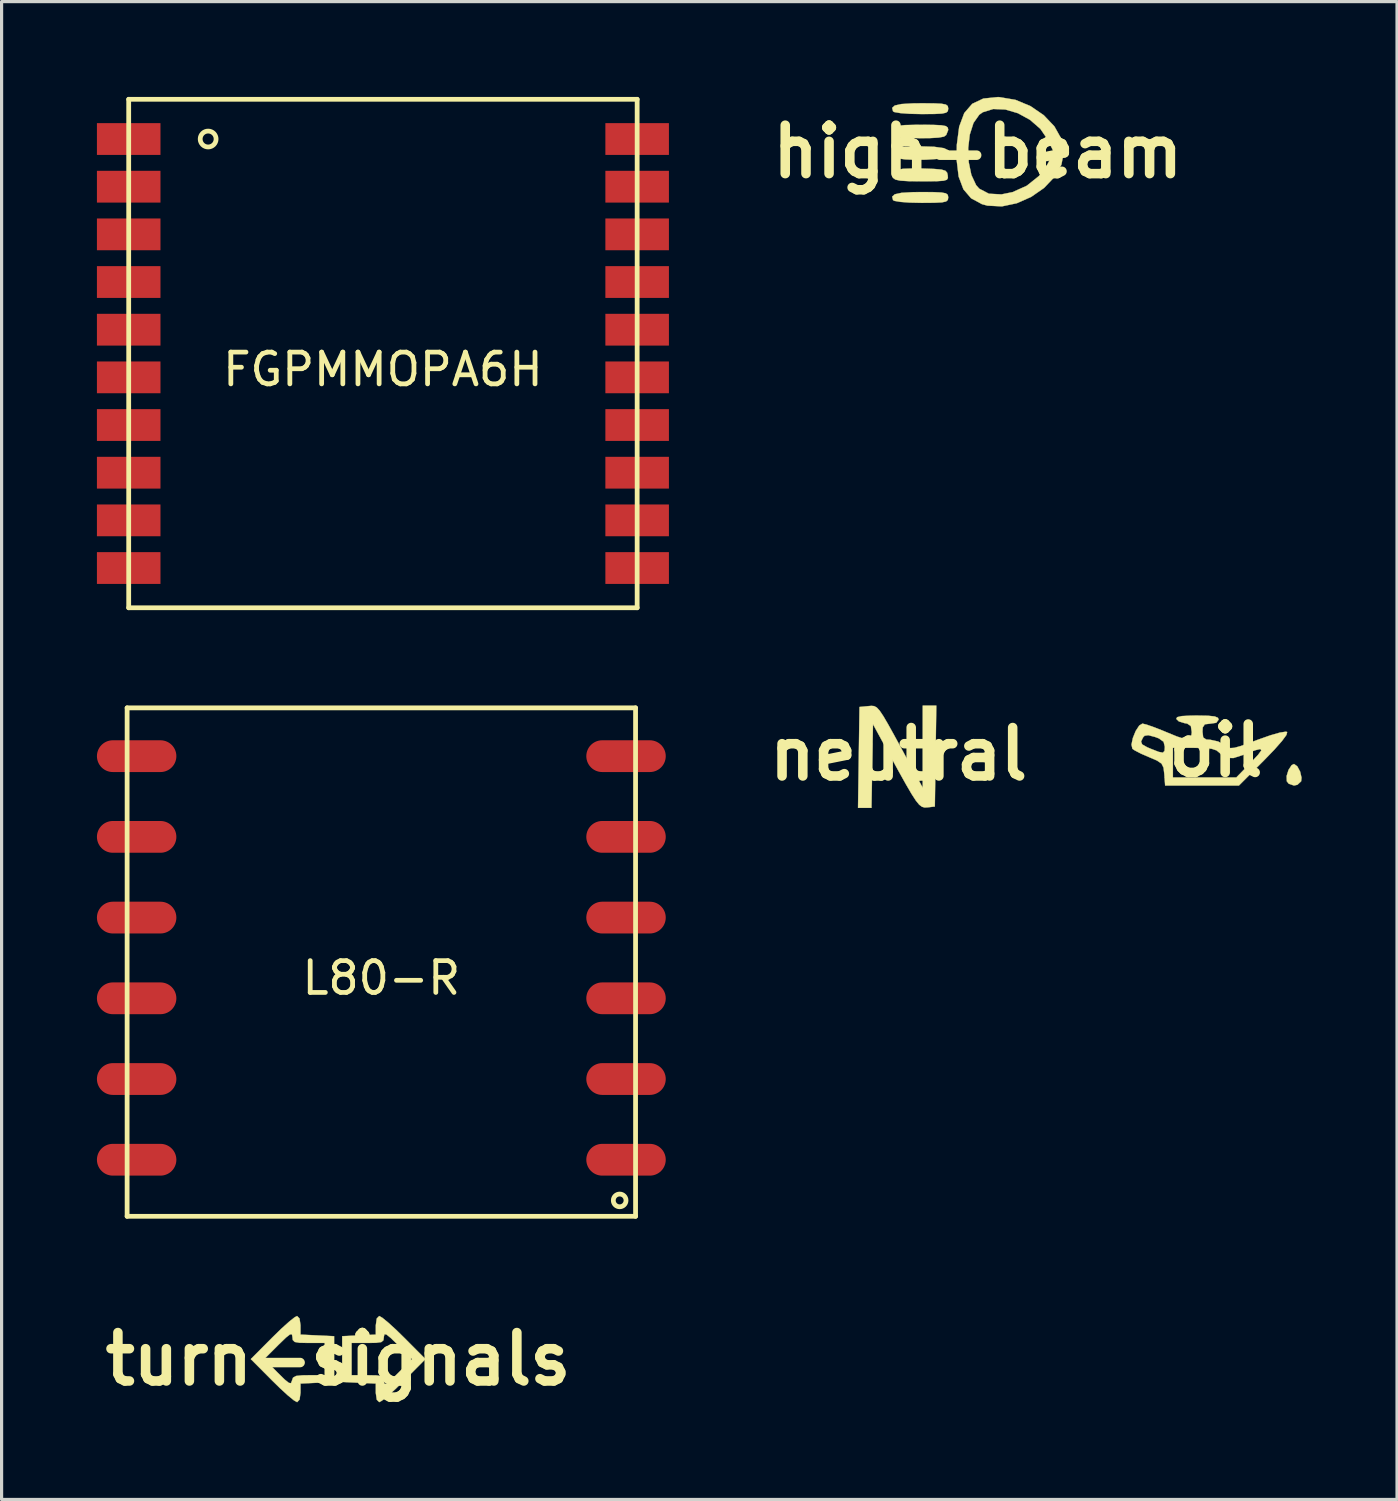
<source format=kicad_pcb>
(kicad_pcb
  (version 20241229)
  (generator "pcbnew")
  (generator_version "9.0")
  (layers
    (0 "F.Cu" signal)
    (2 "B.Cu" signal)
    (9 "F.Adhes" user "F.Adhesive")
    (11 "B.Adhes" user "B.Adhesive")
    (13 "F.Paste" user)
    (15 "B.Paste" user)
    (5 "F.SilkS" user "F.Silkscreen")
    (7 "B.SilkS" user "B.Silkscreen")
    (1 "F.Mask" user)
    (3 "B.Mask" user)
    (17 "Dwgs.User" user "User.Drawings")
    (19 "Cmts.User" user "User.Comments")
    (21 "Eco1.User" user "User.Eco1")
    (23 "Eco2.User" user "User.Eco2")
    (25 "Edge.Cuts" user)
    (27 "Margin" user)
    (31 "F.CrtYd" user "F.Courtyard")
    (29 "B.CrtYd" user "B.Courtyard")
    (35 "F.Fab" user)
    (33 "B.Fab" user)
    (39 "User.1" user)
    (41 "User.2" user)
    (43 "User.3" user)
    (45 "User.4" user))
  (footprint "neutral"
    (layer "F.Cu")
    (at 25.225 20.679)
    (property "Reference" "neutral" (at 0 0 0) (layer "F.SilkS") (effects (font (size 1.524 1.524) (thickness 0.3))))
    (attr through_hole)
    (fp_poly (pts (xy 1.143 1.651) (xy 0.915 1.677) (xy 0.823 1.682) (xy 0.739 1.659) (xy 0.651 1.593) (xy 0.546 1.464) (xy 0.41 1.254) (xy 0.231 0.947) (xy -0.005 0.524) (xy -0.259 0.059) (xy -0.804 -0.94) (xy -0.828 0.377) (xy -0.851 1.693) (xy -1.274 1.693) (xy -1.228 -1.482) (xy -0.958 -1.508) (xy -0.853 -1.517) (xy -0.767 -1.509) (xy -0.685 -1.465) (xy -0.594 -1.366) (xy -0.478 -1.194) (xy -0.324 -0.93) (xy -0.116 -0.555) (xy 0.158 -0.05) (xy 0.162 -0.042) (xy 0.761 1.058) (xy 0.761 -0.233) (xy 0.762 -1.524) (xy 1.189 -1.524) (xy 1.143 1.651)) (stroke (width 0.01) (type solid)) (fill yes) (layer "F.SilkS")))
  (footprint "FGPMMOPA6H"
    (layer "F.Cu")
    (at 9 8.075)
    (property "Reference" "FGPMMOPA6H" (at 0 0.5 0) (layer "F.SilkS") (effects (font (size 1 1) (thickness 0.15))))
    (attr through_hole)
    (fp_line (start -8 -8) (end 8 -8) (stroke (width 0.15) (type solid)) (layer "F.SilkS"))
    (fp_line (start -8 8) (end -8 -8) (stroke (width 0.15) (type solid)) (layer "F.SilkS"))
    (fp_line (start 8 -8) (end 8 8) (stroke (width 0.15) (type solid)) (layer "F.SilkS"))
    (fp_line (start 8 8) (end -8 8) (stroke (width 0.15) (type solid)) (layer "F.SilkS"))
    (fp_circle (center -5.5 -6.75) (end -5.5 -7) (stroke (width 0.15) (type solid)) (fill no) (layer "F.SilkS"))
    (pad "1" smd rect (at -8 -6.75) (size 2 1) (layers "F.Cu" "F.Mask" "F.Paste"))
    (pad "2" smd rect (at -8 -5.25) (size 2 1) (layers "F.Cu" "F.Mask" "F.Paste"))
    (pad "3" smd rect (at -8 -3.75) (size 2 1) (layers "F.Cu" "F.Mask" "F.Paste"))
    (pad "4" smd rect (at -8 -2.25) (size 2 1) (layers "F.Cu" "F.Mask" "F.Paste"))
    (pad "5" smd rect (at -8 -0.75) (size 2 1) (layers "F.Cu" "F.Mask" "F.Paste"))
    (pad "6" smd rect (at -8 0.75) (size 2 1) (layers "F.Cu" "F.Mask" "F.Paste"))
    (pad "7" smd rect (at -8 2.25) (size 2 1) (layers "F.Cu" "F.Mask" "F.Paste"))
    (pad "8" smd rect (at -8 3.75) (size 2 1) (layers "F.Cu" "F.Mask" "F.Paste"))
    (pad "9" smd rect (at -8 5.25) (size 2 1) (layers "F.Cu" "F.Mask" "F.Paste"))
    (pad "10" smd rect (at -8 6.75) (size 2 1) (layers "F.Cu" "F.Mask" "F.Paste"))
    (pad "11" smd rect (at 8 6.75) (size 2 1) (layers "F.Cu" "F.Mask" "F.Paste"))
    (pad "12" smd rect (at 8 5.25) (size 2 1) (layers "F.Cu" "F.Mask" "F.Paste"))
    (pad "13" smd rect (at 8 3.75) (size 2 1) (layers "F.Cu" "F.Mask" "F.Paste"))
    (pad "14" smd rect (at 8 2.25) (size 2 1) (layers "F.Cu" "F.Mask" "F.Paste"))
    (pad "15" smd rect (at 8 0.75) (size 2 1) (layers "F.Cu" "F.Mask" "F.Paste"))
    (pad "16" smd rect (at 8 -0.75) (size 2 1) (layers "F.Cu" "F.Mask" "F.Paste"))
    (pad "17" smd rect (at 8 -2.25) (size 2 1) (layers "F.Cu" "F.Mask" "F.Paste"))
    (pad "18" smd rect (at 8 -3.75) (size 2 1) (layers "F.Cu" "F.Mask" "F.Paste"))
    (pad "19" smd rect (at 8 -5.25) (size 2 1) (layers "F.Cu" "F.Mask" "F.Paste"))
    (pad "20" smd rect (at 8 -6.75) (size 2 1) (layers "F.Cu" "F.Mask" "F.Paste")))
  (footprint "oil"
    (layer "F.Cu")
    (at 35.214 20.568)
    (property "Reference" "oil" (at 0 0 0) (layer "F.SilkS") (effects (font (size 1.524 1.524) (thickness 0.3))))
    (attr through_hole)
    (fp_poly (pts (xy 2.559 0.496) (xy 2.649 0.664) (xy 2.693 0.857) (xy 2.681 0.968) (xy 2.564 1.077) (xy 2.455 1.101) (xy 2.29 1.044) (xy 2.23 0.968) (xy 2.224 0.803) (xy 2.284 0.61) (xy 2.381 0.462) (xy 2.455 0.423) (xy 2.559 0.496)) (stroke (width 0.01) (type solid)) (fill yes) (layer "F.SilkS"))
    (fp_poly (pts (xy -0.25 -1.095) (xy -0.04 -1.073) (xy 0.062 -1.031) (xy 0.085 -0.974) (xy 0.009 -0.873) (xy -0.169 -0.847) (xy -0.349 -0.826) (xy -0.416 -0.727) (xy -0.423 -0.593) (xy -0.402 -0.412) (xy -0.304 -0.346) (xy -0.181 -0.339) (xy 0.067 -0.285) (xy 0.265 -0.179) (xy 0.36 -0.11) (xy 0.453 -0.077) (xy 0.579 -0.085) (xy 0.772 -0.139) (xy 1.067 -0.245) (xy 1.314 -0.338) (xy 1.711 -0.478) (xy 2.014 -0.565) (xy 2.199 -0.593) (xy 2.241 -0.582) (xy 2.218 -0.491) (xy 2.078 -0.301) (xy 1.832 -0.022) (xy 1.523 0.298) (xy 0.723 1.101) (xy -1.599 1.101) (xy -1.625 0.746) (xy -1.649 0.54) (xy -1.712 0.412) (xy -1.853 0.316) (xy -2.095 0.212) (xy -2.357 0.099) (xy -2.557 -0.005) (xy -2.629 -0.055) (xy -2.658 -0.187) (xy -2.638 -0.283) (xy -2.357 -0.283) (xy -2.322 -0.193) (xy -2.164 -0.103) (xy -2.053 -0.056) (xy -1.803 0.042) (xy -1.67 0.067) (xy -1.618 0.011) (xy -1.611 -0.085) (xy -1.355 -0.085) (xy -1.355 0.847) (xy 0.641 0.847) (xy 1.104 0.372) (xy 1.327 0.134) (xy 1.428 -0.004) (xy 1.398 -0.049) (xy 1.23 -0.008) (xy 0.917 0.113) (xy 0.857 0.137) (xy 0.55 0.236) (xy 0.331 0.23) (xy 0.155 0.115) (xy 0.127 0.085) (xy 0.02 -0.004) (xy -0.132 -0.055) (xy -0.372 -0.079) (xy -0.69 -0.085) (xy -1.355 -0.085) (xy -1.611 -0.085) (xy -1.609 -0.12) (xy -1.648 -0.276) (xy -1.794 -0.381) (xy -1.915 -0.427) (xy -2.13 -0.483) (xy -2.246 -0.465) (xy -2.295 -0.412) (xy -2.357 -0.283) (xy -2.638 -0.283) (xy -2.615 -0.394) (xy -2.526 -0.614) (xy -2.414 -0.786) (xy -2.314 -0.847) (xy -2.181 -0.815) (xy -1.941 -0.731) (xy -1.643 -0.613) (xy -1.595 -0.593) (xy -1.228 -0.442) (xy -0.987 -0.364) (xy -0.846 -0.359) (xy -0.78 -0.426) (xy -0.762 -0.566) (xy -0.762 -0.587) (xy -0.79 -0.771) (xy -0.905 -0.848) (xy -0.988 -0.862) (xy -1.168 -0.917) (xy -1.249 -0.995) (xy -1.221 -1.05) (xy -1.077 -1.084) (xy -0.796 -1.099) (xy -0.6 -1.101) (xy -0.25 -1.095)) (stroke (width 0.01) (type solid)) (fill yes) (layer "F.SilkS")))
  (footprint "L80-R"
    (layer "F.Cu")
    (at 8.95 27.225)
    (property "Reference" "L80-R" (at 0 0.5 0) (layer "F.SilkS") (effects (font (size 1 1) (thickness 0.15))))
    (attr through_hole)
    (fp_line (start -8 -8) (end 8 -8) (stroke (width 0.15) (type solid)) (layer "F.SilkS"))
    (fp_line (start -8 8) (end -8 -8) (stroke (width 0.15) (type solid)) (layer "F.SilkS"))
    (fp_line (start 8 -8) (end 8 8) (stroke (width 0.15) (type solid)) (layer "F.SilkS"))
    (fp_line (start 8 8) (end -8 8) (stroke (width 0.15) (type solid)) (layer "F.SilkS"))
    (fp_circle (center 7.5 7.5) (end 7.7 7.5) (stroke (width 0.15) (type solid)) (fill no) (layer "F.SilkS"))
    (pad "1" smd oval (at 7.7 6.22) (size 2.5 1) (layers "F.Cu" "F.Mask" "F.Paste"))
    (pad "2" smd oval (at 7.7 3.68) (size 2.5 1) (layers "F.Cu" "F.Mask" "F.Paste"))
    (pad "3" smd oval (at 7.7 1.14) (size 2.5 1) (layers "F.Cu" "F.Mask" "F.Paste"))
    (pad "4" smd oval (at 7.7 -1.4) (size 2.5 1) (layers "F.Cu" "F.Mask" "F.Paste"))
    (pad "5" smd oval (at 7.7 -3.94) (size 2.5 1) (layers "F.Cu" "F.Mask" "F.Paste"))
    (pad "6" smd oval (at 7.7 -6.48) (size 2.5 1) (layers "F.Cu" "F.Mask" "F.Paste"))
    (pad "7" smd oval (at -7.7 -6.48) (size 2.5 1) (layers "F.Cu" "F.Mask" "F.Paste"))
    (pad "8" smd oval (at -7.7 -3.94) (size 2.5 1) (layers "F.Cu" "F.Mask" "F.Paste"))
    (pad "9" smd oval (at -7.7 -1.4) (size 2.5 1) (layers "F.Cu" "F.Mask" "F.Paste"))
    (pad "10" smd oval (at -7.7 1.14) (size 2.5 1) (layers "F.Cu" "F.Mask" "F.Paste"))
    (pad "11" smd oval (at -7.7 3.68) (size 2.5 1) (layers "F.Cu" "F.Mask" "F.Paste"))
    (pad "12" smd oval (at -7.7 6.22) (size 2.5 1) (layers "F.Cu" "F.Mask" "F.Paste")))
  (footprint "high-beam"
    (layer "F.Cu")
    (at 27.72 1.724)
    (property "Reference" "high-beam" (at 0 0 0) (layer "F.SilkS") (effects (font (size 1.524 1.524) (thickness 0.3))))
    (attr through_hole)
    (fp_poly (pts (xy -1.374 -0.155) (xy -1.067 -0.112) (xy -0.911 -0.036) (xy -0.9 0.074) (xy -0.944 0.142) (xy -1.068 0.193) (xy -1.313 0.23) (xy -1.629 0.251) (xy -1.968 0.255) (xy -2.281 0.242) (xy -2.519 0.21) (xy -2.616 0.177) (xy -2.692 0.045) (xy -2.682 -0.034) (xy -2.627 -0.099) (xy -2.503 -0.14) (xy -2.279 -0.162) (xy -1.922 -0.169) (xy -1.84 -0.169) (xy -1.374 -0.155)) (stroke (width 0.01) (type solid)) (fill yes) (layer "F.SilkS"))
    (fp_poly (pts (xy -1.736 0.529) (xy -1.373 0.542) (xy -1.147 0.562) (xy -1.022 0.598) (xy -0.966 0.659) (xy -0.947 0.741) (xy -0.941 0.827) (xy -0.974 0.882) (xy -1.076 0.913) (xy -1.275 0.927) (xy -1.603 0.931) (xy -1.775 0.931) (xy -2.176 0.927) (xy -2.438 0.911) (xy -2.591 0.878) (xy -2.667 0.825) (xy -2.682 0.796) (xy -2.69 0.669) (xy -2.588 0.585) (xy -2.36 0.538) (xy -1.989 0.525) (xy -1.736 0.529)) (stroke (width 0.01) (type solid)) (fill yes) (layer "F.SilkS"))
    (fp_poly (pts (xy -1.394 -0.844) (xy -1.146 -0.832) (xy -1.006 -0.806) (xy -0.945 -0.759) (xy -0.931 -0.686) (xy -0.994 -0.527) (xy -1.065 -0.475) (xy -1.235 -0.444) (xy -1.51 -0.428) (xy -1.836 -0.426) (xy -2.162 -0.437) (xy -2.435 -0.459) (xy -2.601 -0.493) (xy -2.616 -0.501) (xy -2.692 -0.632) (xy -2.682 -0.711) (xy -2.63 -0.775) (xy -2.511 -0.815) (xy -2.296 -0.838) (xy -1.954 -0.846) (xy -1.781 -0.847) (xy -1.394 -0.844)) (stroke (width 0.01) (type solid)) (fill yes) (layer "F.SilkS"))
    (fp_poly (pts (xy -1.389 -1.522) (xy -1.144 -1.51) (xy -1.006 -1.484) (xy -0.945 -1.437) (xy -0.931 -1.362) (xy -0.931 -1.355) (xy -0.943 -1.277) (xy -0.999 -1.228) (xy -1.129 -1.2) (xy -1.364 -1.188) (xy -1.736 -1.185) (xy -1.773 -1.185) (xy -2.141 -1.193) (xy -2.437 -1.215) (xy -2.623 -1.247) (xy -2.667 -1.27) (xy -2.695 -1.379) (xy -2.612 -1.454) (xy -2.401 -1.5) (xy -2.047 -1.521) (xy -1.773 -1.524) (xy -1.389 -1.522)) (stroke (width 0.01) (type solid)) (fill yes) (layer "F.SilkS"))
    (fp_poly (pts (xy -1.389 1.272) (xy -1.144 1.284) (xy -1.006 1.31) (xy -0.945 1.357) (xy -0.931 1.432) (xy -0.931 1.439) (xy -0.943 1.517) (xy -0.999 1.566) (xy -1.129 1.594) (xy -1.364 1.606) (xy -1.736 1.609) (xy -1.773 1.609) (xy -2.141 1.601) (xy -2.437 1.579) (xy -2.623 1.547) (xy -2.667 1.524) (xy -2.695 1.415) (xy -2.612 1.34) (xy -2.401 1.294) (xy -2.047 1.273) (xy -1.773 1.27) (xy -1.389 1.272)) (stroke (width 0.01) (type solid)) (fill yes) (layer "F.SilkS"))
    (fp_poly (pts (xy 0.682 -1.717) (xy 1.184 -1.632) (xy 1.657 -1.435) (xy 2.075 -1.149) (xy 2.409 -0.798) (xy 2.629 -0.407) (xy 2.709 -0.000067) (xy 2.709 0) (xy 2.63 0.41) (xy 2.411 0.796) (xy 2.085 1.14) (xy 1.68 1.421) (xy 1.228 1.621) (xy 0.759 1.72) (xy 0.304 1.697) (xy 0.13 1.65) (xy -0.21 1.466) (xy -0.453 1.182) (xy -0.603 0.783) (xy -0.666 0.258) (xy -0.661 -0.111) (xy -0.303 -0.111) (xy -0.286 0.328) (xy -0.203 0.731) (xy -0.054 1.051) (xy 0.046 1.164) (xy 0.349 1.322) (xy 0.744 1.343) (xy 1.094 1.272) (xy 1.539 1.072) (xy 1.925 0.764) (xy 2.197 0.389) (xy 2.206 0.372) (xy 2.386 0) (xy 2.206 -0.372) (xy 1.968 -0.72) (xy 1.641 -1.004) (xy 1.262 -1.212) (xy 0.864 -1.329) (xy 0.484 -1.344) (xy 0.158 -1.243) (xy 0.046 -1.164) (xy -0.136 -0.905) (xy -0.253 -0.538) (xy -0.303 -0.111) (xy -0.661 -0.111) (xy -0.66 -0.218) (xy -0.586 -0.788) (xy -0.427 -1.215) (xy -0.176 -1.507) (xy 0.175 -1.673) (xy 0.631 -1.719) (xy 0.682 -1.717)) (stroke (width 0.01) (type solid)) (fill yes) (layer "F.SilkS")))
  (footprint "turn-signals"
    (layer "F.Cu")
    (at 7.591 39.718)
    (property "Reference" "turn-signals" (at 0 0 0) (layer "F.SilkS") (effects (font (size 1.524 1.524) (thickness 0.3))))
    (attr through_hole)
    (fp_poly (pts (xy -1.215 -1.277) (xy -1.185 -1.067) (xy -1.185 -1.062) (xy -1.185 -0.77) (xy -0.656 -0.745) (xy -0.127 -0.72) (xy -0.127 0.72) (xy -0.656 0.745) (xy -1.185 0.77) (xy -1.185 1.062) (xy -1.214 1.275) (xy -1.291 1.355) (xy -1.293 1.355) (xy -1.393 1.298) (xy -1.582 1.143) (xy -1.831 0.915) (xy -2.074 0.677) (xy -2.748 0) (xy -2.746 -0.002) (xy -2.324 -0.002) (xy -1.903 0.427) (xy -1.683 0.644) (xy -1.551 0.749) (xy -1.484 0.758) (xy -1.455 0.683) (xy -1.455 0.682) (xy -1.419 0.584) (xy -1.324 0.531) (xy -1.129 0.511) (xy -0.925 0.508) (xy -0.423 0.508) (xy -0.423 -0.508) (xy -0.931 -0.508) (xy -1.214 -0.513) (xy -1.366 -0.539) (xy -1.428 -0.6) (xy -1.439 -0.697) (xy -1.454 -0.78) (xy -1.512 -0.779) (xy -1.638 -0.681) (xy -1.853 -0.473) (xy -1.882 -0.445) (xy -2.324 -0.002) (xy -2.746 -0.002) (xy -2.074 -0.677) (xy -1.796 -0.949) (xy -1.553 -1.168) (xy -1.374 -1.311) (xy -1.293 -1.355) (xy -1.215 -1.277)) (stroke (width 0.01) (type solid)) (fill yes) (layer "F.SilkS"))
    (fp_poly (pts (xy 1.393 -1.298) (xy 1.582 -1.143) (xy 1.831 -0.915) (xy 2.074 -0.677) (xy 2.748 0) (xy 2.074 0.677) (xy 1.796 0.949) (xy 1.553 1.168) (xy 1.374 1.311) (xy 1.293 1.355) (xy 1.215 1.277) (xy 1.185 1.067) (xy 1.185 1.062) (xy 1.185 0.77) (xy 0.656 0.745) (xy 0.127 0.72) (xy 0.127 -0.508) (xy 0.423 -0.508) (xy 0.423 0.508) (xy 0.931 0.508) (xy 1.214 0.513) (xy 1.366 0.539) (xy 1.428 0.6) (xy 1.439 0.697) (xy 1.454 0.78) (xy 1.512 0.778) (xy 1.638 0.681) (xy 1.853 0.473) (xy 1.883 0.443) (xy 2.326 0) (xy 1.883 -0.443) (xy 1.656 -0.664) (xy 1.522 -0.773) (xy 1.458 -0.784) (xy 1.439 -0.71) (xy 1.439 -0.697) (xy 1.425 -0.592) (xy 1.357 -0.535) (xy 1.194 -0.512) (xy 0.931 -0.508) (xy 0.423 -0.508) (xy 0.127 -0.508) (xy 0.127 -0.72) (xy 0.656 -0.745) (xy 1.185 -0.77) (xy 1.185 -1.062) (xy 1.214 -1.275) (xy 1.291 -1.355) (xy 1.293 -1.355) (xy 1.393 -1.298)) (stroke (width 0.01) (type solid)) (fill yes) (layer "F.SilkS")))
  (gr_rect
    (start -3 -3)
    (end 40.912 44.136)
    (stroke (width 0.1) (type default))
    (fill no)
    (layer "Edge.Cuts")))
</source>
